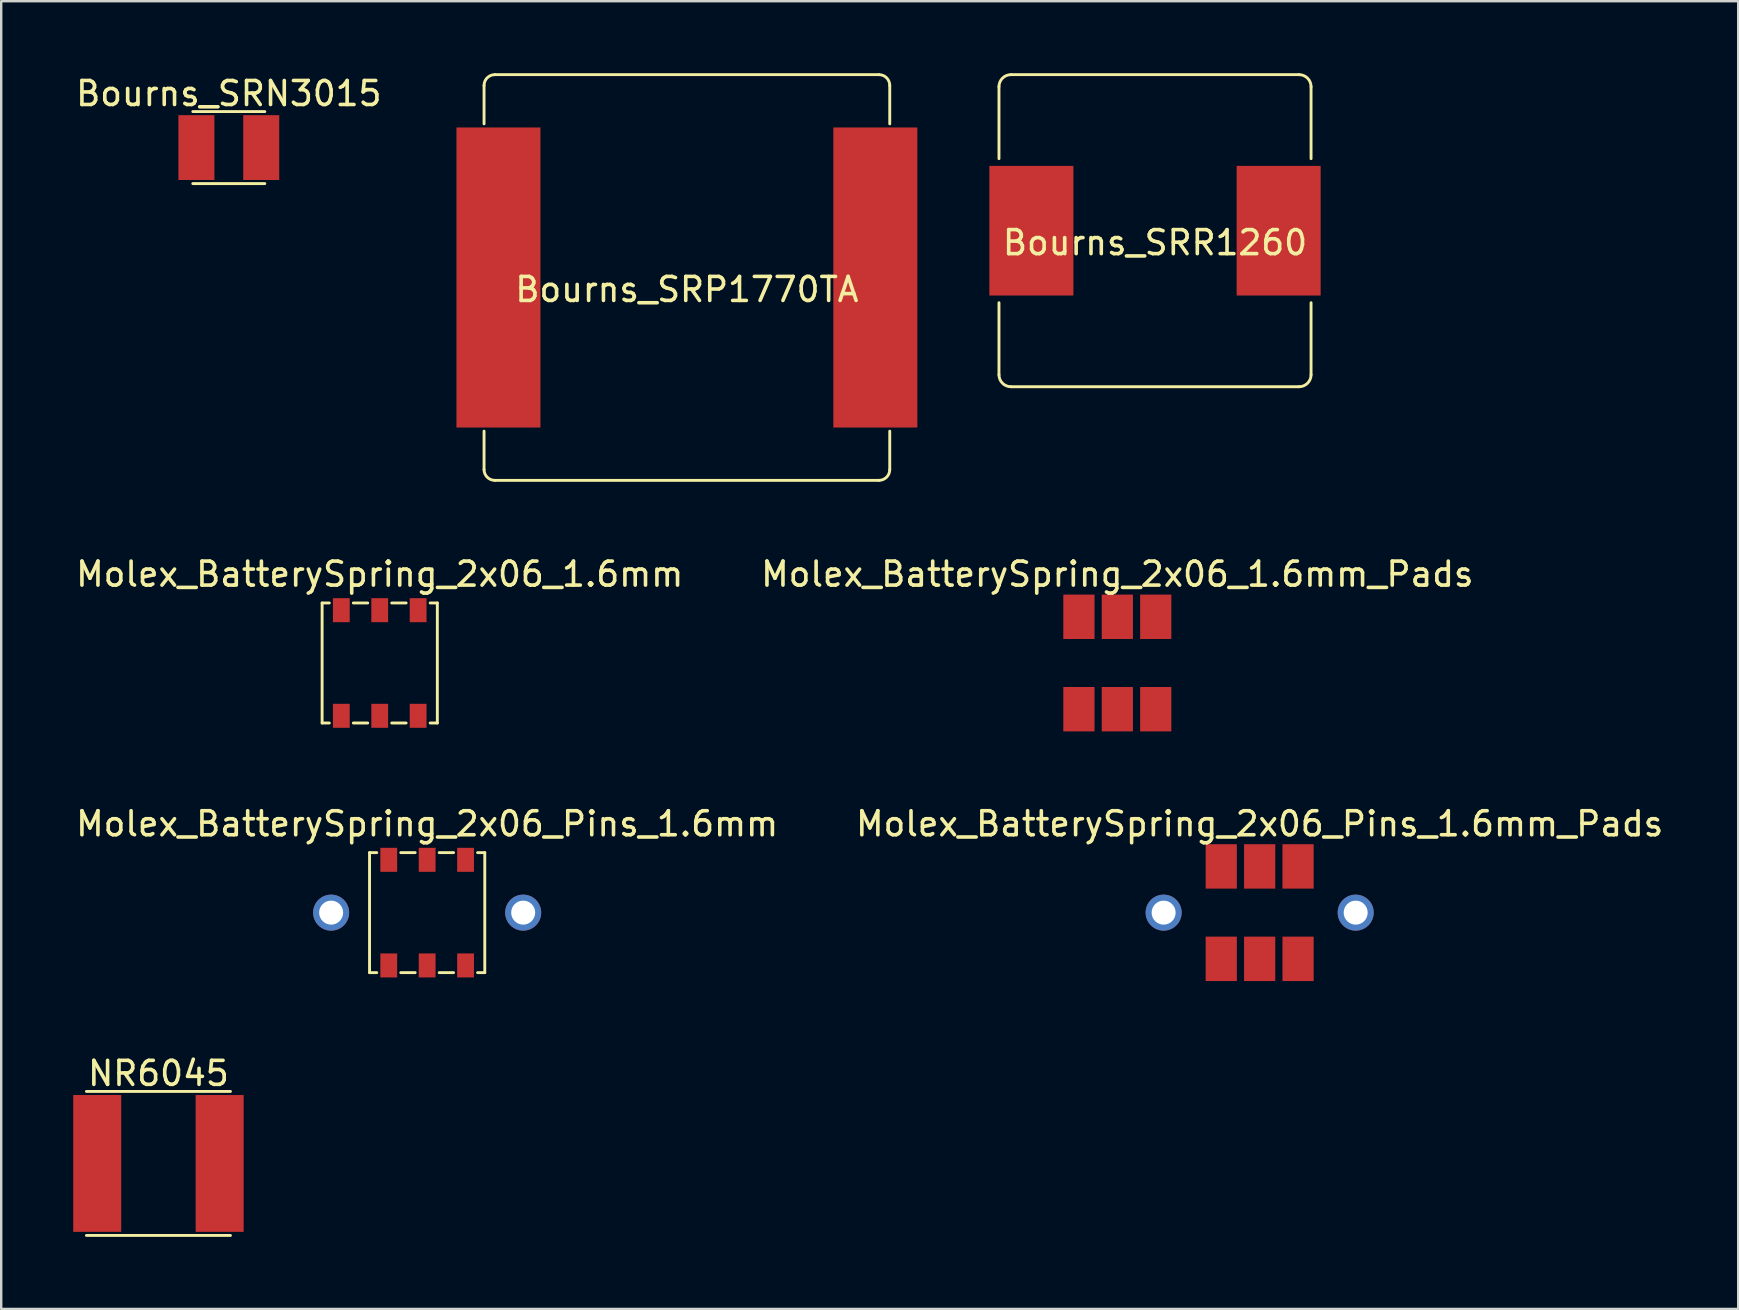
<source format=kicad_pcb>
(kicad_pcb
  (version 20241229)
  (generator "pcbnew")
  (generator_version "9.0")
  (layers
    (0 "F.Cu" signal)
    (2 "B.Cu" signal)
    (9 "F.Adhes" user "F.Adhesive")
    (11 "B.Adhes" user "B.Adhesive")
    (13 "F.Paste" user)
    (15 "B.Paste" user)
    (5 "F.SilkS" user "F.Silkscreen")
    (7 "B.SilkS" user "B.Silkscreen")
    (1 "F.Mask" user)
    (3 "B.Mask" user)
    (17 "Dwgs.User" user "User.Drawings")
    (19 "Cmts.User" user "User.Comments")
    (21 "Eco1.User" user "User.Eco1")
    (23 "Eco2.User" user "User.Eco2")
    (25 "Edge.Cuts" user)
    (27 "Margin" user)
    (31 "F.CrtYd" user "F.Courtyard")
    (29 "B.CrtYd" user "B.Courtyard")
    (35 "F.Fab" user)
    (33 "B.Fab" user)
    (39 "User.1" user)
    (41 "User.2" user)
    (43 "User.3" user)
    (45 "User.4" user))
  (footprint "Molex_BatterySpring_2x06_1.6mm"
    (layer "F.Cu")
    (at 12.768 24.568)
    (property "Reference" "Molex_BatterySpring_2x06_1.6mm" (at 0 -3.7 0) (layer "F.SilkS") (effects (font (size 1 1) (thickness 0.15))))
    (attr through_hole)
    (fp_line (start -2.4 -2.5) (end -2.1 -2.5) (stroke (width 0.12) (type solid)) (layer "F.SilkS"))
    (fp_line (start -2.4 2.5) (end -2.4 -2.5) (stroke (width 0.12) (type solid)) (layer "F.SilkS"))
    (fp_line (start -2.4 2.5) (end -2.1 2.5) (stroke (width 0.12) (type solid)) (layer "F.SilkS"))
    (fp_line (start -1.1 -2.5) (end -0.5 -2.5) (stroke (width 0.12) (type solid)) (layer "F.SilkS"))
    (fp_line (start -1.1 2.5) (end -0.5 2.5) (stroke (width 0.12) (type solid)) (layer "F.SilkS"))
    (fp_line (start 0.5 -2.5) (end 1.1 -2.5) (stroke (width 0.12) (type solid)) (layer "F.SilkS"))
    (fp_line (start 0.5 2.5) (end 1.1 2.5) (stroke (width 0.12) (type solid)) (layer "F.SilkS"))
    (fp_line (start 2.1 -2.5) (end 2.4 -2.5) (stroke (width 0.12) (type solid)) (layer "F.SilkS"))
    (fp_line (start 2.1 2.5) (end 2.4 2.5) (stroke (width 0.12) (type solid)) (layer "F.SilkS"))
    (fp_line (start 2.4 -2.5) (end 2.4 2.5) (stroke (width 0.12) (type solid)) (layer "F.SilkS"))
    (pad "1" smd rect (at -1.6 2.2) (size 0.7 1) (layers "F.Cu" "F.Mask" "F.Paste"))
    (pad "2" smd rect (at -1.6 -2.2) (size 0.7 1) (layers "F.Cu" "F.Mask" "F.Paste"))
    (pad "3" smd rect (at 0 2.2) (size 0.7 1) (layers "F.Cu" "F.Mask" "F.Paste"))
    (pad "4" smd rect (at 0 -2.2) (size 0.7 1) (layers "F.Cu" "F.Mask" "F.Paste"))
    (pad "5" smd rect (at 1.6 2.2) (size 0.7 1) (layers "F.Cu" "F.Mask" "F.Paste"))
    (pad "6" smd rect (at 1.6 -2.2) (size 0.7 1) (layers "F.Cu" "F.Mask" "F.Paste")))
  (footprint "Molex_BatterySpring_2x06_1.6mm_Pads"
    (layer "F.Cu")
    (at 43.494 24.568)
    (property "Reference" "Molex_BatterySpring_2x06_1.6mm_Pads" (at 0 -3.7 0) (layer "F.SilkS") (effects (font (size 1 1) (thickness 0.15))))
    (attr through_hole)
    (pad "1" smd rect (at -1.6 1.925) (size 1.3 1.85) (layers "F.Cu" "F.Mask" "F.Paste"))
    (pad "2" smd rect (at -1.6 -1.925) (size 1.3 1.85) (layers "F.Cu" "F.Mask" "F.Paste"))
    (pad "3" smd rect (at 0 1.925) (size 1.3 1.85) (layers "F.Cu" "F.Mask" "F.Paste"))
    (pad "4" smd rect (at 0 -1.925) (size 1.3 1.85) (layers "F.Cu" "F.Mask" "F.Paste"))
    (pad "5" smd rect (at 1.6 1.925) (size 1.3 1.85) (layers "F.Cu" "F.Mask" "F.Paste"))
    (pad "6" smd rect (at 1.6 -1.925) (size 1.3 1.85) (layers "F.Cu" "F.Mask" "F.Paste")))
  (footprint "Molex_BatterySpring_2x06_Pins_1.6mm_Pads"
    (layer "F.Cu")
    (at 49.423 34.967)
    (property "Reference" "Molex_BatterySpring_2x06_Pins_1.6mm_Pads" (at 0 -3.7 0) (layer "F.SilkS") (effects (font (size 1 1) (thickness 0.15))))
    (attr through_hole)
    (pad "1" smd rect (at -1.6 1.925) (size 1.3 1.85) (layers "F.Cu" "F.Mask" "F.Paste"))
    (pad "2" smd rect (at -1.6 -1.925) (size 1.3 1.85) (layers "F.Cu" "F.Mask" "F.Paste"))
    (pad "3" smd rect (at 0 1.925) (size 1.3 1.85) (layers "F.Cu" "F.Mask" "F.Paste"))
    (pad "4" smd rect (at 0 -1.925) (size 1.3 1.85) (layers "F.Cu" "F.Mask" "F.Paste"))
    (pad "5" smd rect (at 1.6 1.925) (size 1.3 1.85) (layers "F.Cu" "F.Mask" "F.Paste"))
    (pad "6" smd rect (at 1.6 -1.925) (size 1.3 1.85) (layers "F.Cu" "F.Mask" "F.Paste"))
    (pad "7" thru_hole circle (at -4 0) (size 1.5 1.5) (drill 1) (layers "*.Cu" "*.Mask"))
    (pad "8" thru_hole circle (at 4 0) (size 1.5 1.5) (drill 1) (layers "*.Cu" "*.Mask")))
  (footprint "Bourns_SRR1260"
    (layer "F.Cu")
    (at 45.064 6.56)
    (property "Reference" "Bourns_SRR1260" (at 0 0.5 0) (layer "F.SilkS") (effects (font (size 1 1) (thickness 0.15))))
    (attr through_hole)
    (fp_line (start -6.5 -6) (end -6.5 -3) (stroke (width 0.12) (type solid)) (layer "F.SilkS"))
    (fp_line (start -6.5 6) (end -6.5 3) (stroke (width 0.12) (type solid)) (layer "F.SilkS"))
    (fp_line (start -6 6.5) (end 6 6.5) (stroke (width 0.12) (type solid)) (layer "F.SilkS"))
    (fp_line (start 6 -6.5) (end -6 -6.5) (stroke (width 0.12) (type solid)) (layer "F.SilkS"))
    (fp_line (start 6.5 -6) (end 6.5 -3) (stroke (width 0.12) (type solid)) (layer "F.SilkS"))
    (fp_line (start 6.5 6) (end 6.5 3) (stroke (width 0.12) (type solid)) (layer "F.SilkS"))
    (fp_arc (start -6.5 -6) (mid -6.353553 -6.353553) (end -6 -6.5) (stroke (width 0.12) (type solid)) (layer "F.SilkS"))
    (fp_arc (start -6 6.5) (mid -6.353553 6.353553) (end -6.5 6) (stroke (width 0.12) (type solid)) (layer "F.SilkS"))
    (fp_arc (start 6 -6.5) (mid 6.353553 -6.353553) (end 6.5 -6) (stroke (width 0.12) (type solid)) (layer "F.SilkS"))
    (fp_arc (start 6.5 6) (mid 6.353553 6.353553) (end 6 6.5) (stroke (width 0.12) (type solid)) (layer "F.SilkS"))
    (pad "1" smd rect (at -5.15 0) (size 3.5 5.4) (layers "F.Cu" "F.Mask" "F.Paste"))
    (pad "2" smd rect (at 5.15 0) (size 3.5 5.4) (layers "F.Cu" "F.Mask" "F.Paste")))
  (footprint "Bourns_SRN3015"
    (layer "F.Cu")
    (at 6.482 3.098)
    (property "Reference" "Bourns_SRN3015" (at 0 -2.25 0) (layer "F.SilkS") (effects (font (size 1 1) (thickness 0.15))))
    (attr through_hole)
    (fp_line (start -1.5 1.5) (end 1.5 1.5) (stroke (width 0.12) (type solid)) (layer "F.SilkS"))
    (fp_line (start 1.5 -1.5) (end -1.5 -1.5) (stroke (width 0.12) (type solid)) (layer "F.SilkS"))
    (pad "1" smd rect (at -1.35 0) (size 1.5 2.7) (layers "F.Cu" "F.Mask" "F.Paste"))
    (pad "2" smd rect (at 1.35 0) (size 1.5 2.7) (layers "F.Cu" "F.Mask" "F.Paste")))
  (footprint "NR6045"
    (layer "F.Cu")
    (at 3.55 45.415)
    (property "Reference" "NR6045" (at 0 -3.75 0) (layer "F.SilkS") (effects (font (size 1 1) (thickness 0.15))))
    (attr through_hole)
    (fp_line (start -3 3) (end 3 3) (stroke (width 0.12) (type solid)) (layer "F.SilkS"))
    (fp_line (start 3 -3) (end -3 -3) (stroke (width 0.12) (type solid)) (layer "F.SilkS"))
    (pad "1" smd rect (at -2.55 0) (size 2 5.7) (layers "F.Cu" "F.Mask" "F.Paste"))
    (pad "2" smd rect (at 2.55 0) (size 2 5.7) (layers "F.Cu" "F.Mask" "F.Paste")))
  (footprint "Molex_BatterySpring_2x06_Pins_1.6mm"
    (layer "F.Cu")
    (at 14.744 34.967)
    (property "Reference" "Molex_BatterySpring_2x06_Pins_1.6mm" (at 0 -3.7 0) (layer "F.SilkS") (effects (font (size 1 1) (thickness 0.15))))
    (attr through_hole)
    (fp_line (start -2.4 -2.5) (end -2.1 -2.5) (stroke (width 0.12) (type solid)) (layer "F.SilkS"))
    (fp_line (start -2.4 2.5) (end -2.4 -2.5) (stroke (width 0.12) (type solid)) (layer "F.SilkS"))
    (fp_line (start -2.4 2.5) (end -2.1 2.5) (stroke (width 0.12) (type solid)) (layer "F.SilkS"))
    (fp_line (start -1.1 -2.5) (end -0.5 -2.5) (stroke (width 0.12) (type solid)) (layer "F.SilkS"))
    (fp_line (start -1.1 2.5) (end -0.5 2.5) (stroke (width 0.12) (type solid)) (layer "F.SilkS"))
    (fp_line (start 0.5 -2.5) (end 1.1 -2.5) (stroke (width 0.12) (type solid)) (layer "F.SilkS"))
    (fp_line (start 0.5 2.5) (end 1.1 2.5) (stroke (width 0.12) (type solid)) (layer "F.SilkS"))
    (fp_line (start 2.1 -2.5) (end 2.4 -2.5) (stroke (width 0.12) (type solid)) (layer "F.SilkS"))
    (fp_line (start 2.1 2.5) (end 2.4 2.5) (stroke (width 0.12) (type solid)) (layer "F.SilkS"))
    (fp_line (start 2.4 -2.5) (end 2.4 2.5) (stroke (width 0.12) (type solid)) (layer "F.SilkS"))
    (pad "1" smd rect (at -1.6 2.2) (size 0.7 1) (layers "F.Cu" "F.Mask" "F.Paste"))
    (pad "2" smd rect (at -1.6 -2.2) (size 0.7 1) (layers "F.Cu" "F.Mask" "F.Paste"))
    (pad "3" smd rect (at 0 2.2) (size 0.7 1) (layers "F.Cu" "F.Mask" "F.Paste"))
    (pad "4" smd rect (at 0 -2.2) (size 0.7 1) (layers "F.Cu" "F.Mask" "F.Paste"))
    (pad "5" smd rect (at 1.6 2.2) (size 0.7 1) (layers "F.Cu" "F.Mask" "F.Paste"))
    (pad "6" smd rect (at 1.6 -2.2) (size 0.7 1) (layers "F.Cu" "F.Mask" "F.Paste"))
    (pad "7" thru_hole circle (at -4 0) (size 1.5 1.5) (drill 1) (layers "*.Cu" "*.Mask"))
    (pad "8" thru_hole circle (at 4 0) (size 1.5 1.5) (drill 1) (layers "*.Cu" "*.Mask")))
  (footprint "Bourns_SRP1770TA"
    (layer "F.Cu")
    (at 25.564 8.51)
    (property "Reference" "Bourns_SRP1770TA" (at 0 0.5 0) (layer "F.SilkS") (effects (font (size 1 1) (thickness 0.15))))
    (attr through_hole)
    (fp_line (start -8.45 -6.4) (end -8.45 -8) (stroke (width 0.12) (type solid)) (layer "F.SilkS"))
    (fp_line (start -8.45 8) (end -8.45 6.4) (stroke (width 0.12) (type solid)) (layer "F.SilkS"))
    (fp_line (start -8 -8.45) (end 8 -8.45) (stroke (width 0.12) (type solid)) (layer "F.SilkS"))
    (fp_line (start 8 8.45) (end -8 8.45) (stroke (width 0.12) (type solid)) (layer "F.SilkS"))
    (fp_line (start 8.45 -8) (end 8.45 -6.4) (stroke (width 0.12) (type solid)) (layer "F.SilkS"))
    (fp_line (start 8.45 6.4) (end 8.45 8) (stroke (width 0.12) (type solid)) (layer "F.SilkS"))
    (fp_arc (start -8.45 -8) (mid -8.318198 -8.318198) (end -8 -8.45) (stroke (width 0.12) (type solid)) (layer "F.SilkS"))
    (fp_arc (start -8 8.45) (mid -8.318198 8.318198) (end -8.45 8) (stroke (width 0.12) (type solid)) (layer "F.SilkS"))
    (fp_arc (start 8 -8.45) (mid 8.318198 -8.318198) (end 8.45 -8) (stroke (width 0.12) (type solid)) (layer "F.SilkS"))
    (fp_arc (start 8.45 8) (mid 8.318198 8.318198) (end 8 8.45) (stroke (width 0.12) (type solid)) (layer "F.SilkS"))
    (pad "1" smd rect (at -7.85 0) (size 3.5 12.5) (layers "F.Cu" "F.Mask" "F.Paste"))
    (pad "2" smd rect (at 7.85 0) (size 3.5 12.5) (layers "F.Cu" "F.Mask" "F.Paste")))
  (gr_rect
    (start -3 -3)
    (end 69.357 51.475)
    (stroke (width 0.1) (type default))
    (fill no)
    (layer "Edge.Cuts")))
</source>
